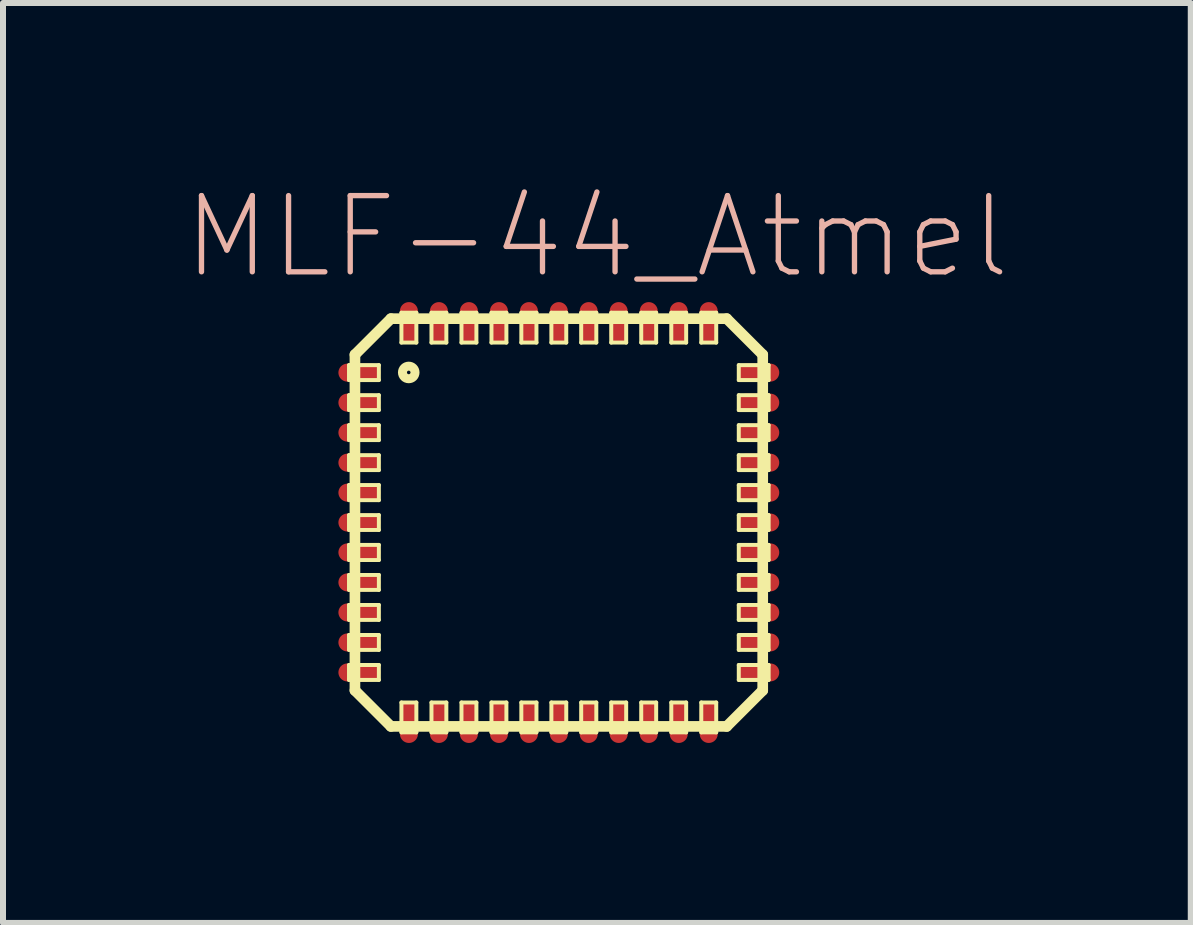
<source format=kicad_pcb>
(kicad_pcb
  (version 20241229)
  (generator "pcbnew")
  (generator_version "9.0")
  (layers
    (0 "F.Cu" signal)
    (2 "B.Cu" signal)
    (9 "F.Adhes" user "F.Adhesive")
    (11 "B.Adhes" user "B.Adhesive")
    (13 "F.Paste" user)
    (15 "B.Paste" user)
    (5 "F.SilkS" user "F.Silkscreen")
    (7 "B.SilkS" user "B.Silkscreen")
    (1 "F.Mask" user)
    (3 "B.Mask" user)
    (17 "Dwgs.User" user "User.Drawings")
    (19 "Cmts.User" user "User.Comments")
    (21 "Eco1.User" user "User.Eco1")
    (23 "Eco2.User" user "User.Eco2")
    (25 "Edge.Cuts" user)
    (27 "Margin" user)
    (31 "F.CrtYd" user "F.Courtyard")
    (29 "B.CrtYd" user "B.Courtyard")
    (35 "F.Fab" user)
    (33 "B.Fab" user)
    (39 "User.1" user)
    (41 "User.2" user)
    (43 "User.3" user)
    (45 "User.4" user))
  (footprint "MLF-44_Atmel"
    (layer "F.Cu")
    (at 6.266 5.661)
    (property "Reference" "MLF-44_Atmel" (at 0.635 -4.763 0) (layer "B.SilkS") (effects (font (size 1.27 1.27) (thickness 0.089))))
    (attr smd)
    (fp_line (start -3.498 -2.624) (end -3 -2.624) (stroke (width 0.066) (type solid)) (layer "F.SilkS"))
    (fp_line (start -3.498 -2.375) (end -3.498 -2.624) (stroke (width 0.066) (type solid)) (layer "F.SilkS"))
    (fp_line (start -3.498 -2.375) (end -3 -2.375) (stroke (width 0.066) (type solid)) (layer "F.SilkS"))
    (fp_line (start -3.498 -2.123) (end -3 -2.123) (stroke (width 0.066) (type solid)) (layer "F.SilkS"))
    (fp_line (start -3.498 -1.875) (end -3.498 -2.123) (stroke (width 0.066) (type solid)) (layer "F.SilkS"))
    (fp_line (start -3.498 -1.875) (end -3 -1.875) (stroke (width 0.066) (type solid)) (layer "F.SilkS"))
    (fp_line (start -3.498 -1.623) (end -3 -1.623) (stroke (width 0.066) (type solid)) (layer "F.SilkS"))
    (fp_line (start -3.498 -1.374) (end -3.498 -1.623) (stroke (width 0.066) (type solid)) (layer "F.SilkS"))
    (fp_line (start -3.498 -1.374) (end -3 -1.374) (stroke (width 0.066) (type solid)) (layer "F.SilkS"))
    (fp_line (start -3.498 -1.123) (end -3 -1.123) (stroke (width 0.066) (type solid)) (layer "F.SilkS"))
    (fp_line (start -3.498 -0.874) (end -3.498 -1.123) (stroke (width 0.066) (type solid)) (layer "F.SilkS"))
    (fp_line (start -3.498 -0.874) (end -3 -0.874) (stroke (width 0.066) (type solid)) (layer "F.SilkS"))
    (fp_line (start -3.498 -0.625) (end -3 -0.625) (stroke (width 0.066) (type solid)) (layer "F.SilkS"))
    (fp_line (start -3.498 -0.373) (end -3.498 -0.625) (stroke (width 0.066) (type solid)) (layer "F.SilkS"))
    (fp_line (start -3.498 -0.373) (end -3 -0.373) (stroke (width 0.066) (type solid)) (layer "F.SilkS"))
    (fp_line (start -3.498 -0.124) (end -3 -0.124) (stroke (width 0.066) (type solid)) (layer "F.SilkS"))
    (fp_line (start -3.498 0.124) (end -3.498 -0.124) (stroke (width 0.066) (type solid)) (layer "F.SilkS"))
    (fp_line (start -3.498 0.124) (end -3 0.124) (stroke (width 0.066) (type solid)) (layer "F.SilkS"))
    (fp_line (start -3.498 0.373) (end -3 0.373) (stroke (width 0.066) (type solid)) (layer "F.SilkS"))
    (fp_line (start -3.498 0.625) (end -3.498 0.373) (stroke (width 0.066) (type solid)) (layer "F.SilkS"))
    (fp_line (start -3.498 0.625) (end -3 0.625) (stroke (width 0.066) (type solid)) (layer "F.SilkS"))
    (fp_line (start -3.498 0.874) (end -3 0.874) (stroke (width 0.066) (type solid)) (layer "F.SilkS"))
    (fp_line (start -3.498 1.123) (end -3.498 0.874) (stroke (width 0.066) (type solid)) (layer "F.SilkS"))
    (fp_line (start -3.498 1.123) (end -3 1.123) (stroke (width 0.066) (type solid)) (layer "F.SilkS"))
    (fp_line (start -3.498 1.374) (end -3 1.374) (stroke (width 0.066) (type solid)) (layer "F.SilkS"))
    (fp_line (start -3.498 1.623) (end -3.498 1.374) (stroke (width 0.066) (type solid)) (layer "F.SilkS"))
    (fp_line (start -3.498 1.623) (end -3 1.623) (stroke (width 0.066) (type solid)) (layer "F.SilkS"))
    (fp_line (start -3.498 1.875) (end -3 1.875) (stroke (width 0.066) (type solid)) (layer "F.SilkS"))
    (fp_line (start -3.498 2.123) (end -3.498 1.875) (stroke (width 0.066) (type solid)) (layer "F.SilkS"))
    (fp_line (start -3.498 2.123) (end -3 2.123) (stroke (width 0.066) (type solid)) (layer "F.SilkS"))
    (fp_line (start -3.498 2.375) (end -3 2.375) (stroke (width 0.066) (type solid)) (layer "F.SilkS"))
    (fp_line (start -3.498 2.624) (end -3.498 2.375) (stroke (width 0.066) (type solid)) (layer "F.SilkS"))
    (fp_line (start -3.498 2.624) (end -3 2.624) (stroke (width 0.066) (type solid)) (layer "F.SilkS"))
    (fp_line (start -3.399 -2.799) (end -2.799 -3.399) (stroke (width 0.178) (type solid)) (layer "F.SilkS"))
    (fp_line (start -3.399 2.799) (end -3.399 -2.799) (stroke (width 0.178) (type solid)) (layer "F.SilkS"))
    (fp_line (start -3 -2.375) (end -3 -2.624) (stroke (width 0.066) (type solid)) (layer "F.SilkS"))
    (fp_line (start -3 -1.875) (end -3 -2.123) (stroke (width 0.066) (type solid)) (layer "F.SilkS"))
    (fp_line (start -3 -1.374) (end -3 -1.623) (stroke (width 0.066) (type solid)) (layer "F.SilkS"))
    (fp_line (start -3 -0.874) (end -3 -1.123) (stroke (width 0.066) (type solid)) (layer "F.SilkS"))
    (fp_line (start -3 -0.373) (end -3 -0.625) (stroke (width 0.066) (type solid)) (layer "F.SilkS"))
    (fp_line (start -3 0.124) (end -3 -0.124) (stroke (width 0.066) (type solid)) (layer "F.SilkS"))
    (fp_line (start -3 0.625) (end -3 0.373) (stroke (width 0.066) (type solid)) (layer "F.SilkS"))
    (fp_line (start -3 1.123) (end -3 0.874) (stroke (width 0.066) (type solid)) (layer "F.SilkS"))
    (fp_line (start -3 1.623) (end -3 1.374) (stroke (width 0.066) (type solid)) (layer "F.SilkS"))
    (fp_line (start -3 2.123) (end -3 1.875) (stroke (width 0.066) (type solid)) (layer "F.SilkS"))
    (fp_line (start -3 2.624) (end -3 2.375) (stroke (width 0.066) (type solid)) (layer "F.SilkS"))
    (fp_line (start -2.799 -3.399) (end 2.799 -3.399) (stroke (width 0.178) (type solid)) (layer "F.SilkS"))
    (fp_line (start -2.799 3.399) (end -3.399 2.799) (stroke (width 0.178) (type solid)) (layer "F.SilkS"))
    (fp_line (start -2.624 -3.498) (end -2.375 -3.498) (stroke (width 0.066) (type solid)) (layer "F.SilkS"))
    (fp_line (start -2.624 -3) (end -2.624 -3.498) (stroke (width 0.066) (type solid)) (layer "F.SilkS"))
    (fp_line (start -2.624 -3) (end -2.375 -3) (stroke (width 0.066) (type solid)) (layer "F.SilkS"))
    (fp_line (start -2.624 3) (end -2.375 3) (stroke (width 0.066) (type solid)) (layer "F.SilkS"))
    (fp_line (start -2.624 3.498) (end -2.624 3) (stroke (width 0.066) (type solid)) (layer "F.SilkS"))
    (fp_line (start -2.624 3.498) (end -2.375 3.498) (stroke (width 0.066) (type solid)) (layer "F.SilkS"))
    (fp_line (start -2.375 -3) (end -2.375 -3.498) (stroke (width 0.066) (type solid)) (layer "F.SilkS"))
    (fp_line (start -2.375 3.498) (end -2.375 3) (stroke (width 0.066) (type solid)) (layer "F.SilkS"))
    (fp_line (start -2.123 -3.498) (end -1.875 -3.498) (stroke (width 0.066) (type solid)) (layer "F.SilkS"))
    (fp_line (start -2.123 -3) (end -2.123 -3.498) (stroke (width 0.066) (type solid)) (layer "F.SilkS"))
    (fp_line (start -2.123 -3) (end -1.875 -3) (stroke (width 0.066) (type solid)) (layer "F.SilkS"))
    (fp_line (start -2.123 3) (end -1.875 3) (stroke (width 0.066) (type solid)) (layer "F.SilkS"))
    (fp_line (start -2.123 3.498) (end -2.123 3) (stroke (width 0.066) (type solid)) (layer "F.SilkS"))
    (fp_line (start -2.123 3.498) (end -1.875 3.498) (stroke (width 0.066) (type solid)) (layer "F.SilkS"))
    (fp_line (start -1.875 -3) (end -1.875 -3.498) (stroke (width 0.066) (type solid)) (layer "F.SilkS"))
    (fp_line (start -1.875 3.498) (end -1.875 3) (stroke (width 0.066) (type solid)) (layer "F.SilkS"))
    (fp_line (start -1.623 -3.498) (end -1.374 -3.498) (stroke (width 0.066) (type solid)) (layer "F.SilkS"))
    (fp_line (start -1.623 -3) (end -1.623 -3.498) (stroke (width 0.066) (type solid)) (layer "F.SilkS"))
    (fp_line (start -1.623 -3) (end -1.374 -3) (stroke (width 0.066) (type solid)) (layer "F.SilkS"))
    (fp_line (start -1.623 3) (end -1.374 3) (stroke (width 0.066) (type solid)) (layer "F.SilkS"))
    (fp_line (start -1.623 3.498) (end -1.623 3) (stroke (width 0.066) (type solid)) (layer "F.SilkS"))
    (fp_line (start -1.623 3.498) (end -1.374 3.498) (stroke (width 0.066) (type solid)) (layer "F.SilkS"))
    (fp_line (start -1.374 -3) (end -1.374 -3.498) (stroke (width 0.066) (type solid)) (layer "F.SilkS"))
    (fp_line (start -1.374 3.498) (end -1.374 3) (stroke (width 0.066) (type solid)) (layer "F.SilkS"))
    (fp_line (start -1.123 -3.498) (end -0.874 -3.498) (stroke (width 0.066) (type solid)) (layer "F.SilkS"))
    (fp_line (start -1.123 -3) (end -1.123 -3.498) (stroke (width 0.066) (type solid)) (layer "F.SilkS"))
    (fp_line (start -1.123 -3) (end -0.874 -3) (stroke (width 0.066) (type solid)) (layer "F.SilkS"))
    (fp_line (start -1.123 3) (end -0.874 3) (stroke (width 0.066) (type solid)) (layer "F.SilkS"))
    (fp_line (start -1.123 3.498) (end -1.123 3) (stroke (width 0.066) (type solid)) (layer "F.SilkS"))
    (fp_line (start -1.123 3.498) (end -0.874 3.498) (stroke (width 0.066) (type solid)) (layer "F.SilkS"))
    (fp_line (start -0.874 -3) (end -0.874 -3.498) (stroke (width 0.066) (type solid)) (layer "F.SilkS"))
    (fp_line (start -0.874 3.498) (end -0.874 3) (stroke (width 0.066) (type solid)) (layer "F.SilkS"))
    (fp_line (start -0.625 -3.498) (end -0.373 -3.498) (stroke (width 0.066) (type solid)) (layer "F.SilkS"))
    (fp_line (start -0.625 -3) (end -0.625 -3.498) (stroke (width 0.066) (type solid)) (layer "F.SilkS"))
    (fp_line (start -0.625 -3) (end -0.373 -3) (stroke (width 0.066) (type solid)) (layer "F.SilkS"))
    (fp_line (start -0.625 3) (end -0.373 3) (stroke (width 0.066) (type solid)) (layer "F.SilkS"))
    (fp_line (start -0.625 3.498) (end -0.625 3) (stroke (width 0.066) (type solid)) (layer "F.SilkS"))
    (fp_line (start -0.625 3.498) (end -0.373 3.498) (stroke (width 0.066) (type solid)) (layer "F.SilkS"))
    (fp_line (start -0.373 -3) (end -0.373 -3.498) (stroke (width 0.066) (type solid)) (layer "F.SilkS"))
    (fp_line (start -0.373 3.498) (end -0.373 3) (stroke (width 0.066) (type solid)) (layer "F.SilkS"))
    (fp_line (start -0.124 -3.498) (end 0.124 -3.498) (stroke (width 0.066) (type solid)) (layer "F.SilkS"))
    (fp_line (start -0.124 -3) (end -0.124 -3.498) (stroke (width 0.066) (type solid)) (layer "F.SilkS"))
    (fp_line (start -0.124 -3) (end 0.124 -3) (stroke (width 0.066) (type solid)) (layer "F.SilkS"))
    (fp_line (start -0.124 3) (end 0.124 3) (stroke (width 0.066) (type solid)) (layer "F.SilkS"))
    (fp_line (start -0.124 3.498) (end -0.124 3) (stroke (width 0.066) (type solid)) (layer "F.SilkS"))
    (fp_line (start -0.124 3.498) (end 0.124 3.498) (stroke (width 0.066) (type solid)) (layer "F.SilkS"))
    (fp_line (start 0.124 -3) (end 0.124 -3.498) (stroke (width 0.066) (type solid)) (layer "F.SilkS"))
    (fp_line (start 0.124 3.498) (end 0.124 3) (stroke (width 0.066) (type solid)) (layer "F.SilkS"))
    (fp_line (start 0.373 -3.498) (end 0.625 -3.498) (stroke (width 0.066) (type solid)) (layer "F.SilkS"))
    (fp_line (start 0.373 -3) (end 0.373 -3.498) (stroke (width 0.066) (type solid)) (layer "F.SilkS"))
    (fp_line (start 0.373 -3) (end 0.625 -3) (stroke (width 0.066) (type solid)) (layer "F.SilkS"))
    (fp_line (start 0.373 3) (end 0.625 3) (stroke (width 0.066) (type solid)) (layer "F.SilkS"))
    (fp_line (start 0.373 3.498) (end 0.373 3) (stroke (width 0.066) (type solid)) (layer "F.SilkS"))
    (fp_line (start 0.373 3.498) (end 0.625 3.498) (stroke (width 0.066) (type solid)) (layer "F.SilkS"))
    (fp_line (start 0.625 -3) (end 0.625 -3.498) (stroke (width 0.066) (type solid)) (layer "F.SilkS"))
    (fp_line (start 0.625 3.498) (end 0.625 3) (stroke (width 0.066) (type solid)) (layer "F.SilkS"))
    (fp_line (start 0.874 -3.498) (end 1.123 -3.498) (stroke (width 0.066) (type solid)) (layer "F.SilkS"))
    (fp_line (start 0.874 -3) (end 0.874 -3.498) (stroke (width 0.066) (type solid)) (layer "F.SilkS"))
    (fp_line (start 0.874 -3) (end 1.123 -3) (stroke (width 0.066) (type solid)) (layer "F.SilkS"))
    (fp_line (start 0.874 3) (end 1.123 3) (stroke (width 0.066) (type solid)) (layer "F.SilkS"))
    (fp_line (start 0.874 3.498) (end 0.874 3) (stroke (width 0.066) (type solid)) (layer "F.SilkS"))
    (fp_line (start 0.874 3.498) (end 1.123 3.498) (stroke (width 0.066) (type solid)) (layer "F.SilkS"))
    (fp_line (start 1.123 -3) (end 1.123 -3.498) (stroke (width 0.066) (type solid)) (layer "F.SilkS"))
    (fp_line (start 1.123 3.498) (end 1.123 3) (stroke (width 0.066) (type solid)) (layer "F.SilkS"))
    (fp_line (start 1.374 -3.498) (end 1.623 -3.498) (stroke (width 0.066) (type solid)) (layer "F.SilkS"))
    (fp_line (start 1.374 -3) (end 1.374 -3.498) (stroke (width 0.066) (type solid)) (layer "F.SilkS"))
    (fp_line (start 1.374 -3) (end 1.623 -3) (stroke (width 0.066) (type solid)) (layer "F.SilkS"))
    (fp_line (start 1.374 3) (end 1.623 3) (stroke (width 0.066) (type solid)) (layer "F.SilkS"))
    (fp_line (start 1.374 3.498) (end 1.374 3) (stroke (width 0.066) (type solid)) (layer "F.SilkS"))
    (fp_line (start 1.374 3.498) (end 1.623 3.498) (stroke (width 0.066) (type solid)) (layer "F.SilkS"))
    (fp_line (start 1.623 -3) (end 1.623 -3.498) (stroke (width 0.066) (type solid)) (layer "F.SilkS"))
    (fp_line (start 1.623 3.498) (end 1.623 3) (stroke (width 0.066) (type solid)) (layer "F.SilkS"))
    (fp_line (start 1.875 -3.498) (end 2.123 -3.498) (stroke (width 0.066) (type solid)) (layer "F.SilkS"))
    (fp_line (start 1.875 -3) (end 1.875 -3.498) (stroke (width 0.066) (type solid)) (layer "F.SilkS"))
    (fp_line (start 1.875 -3) (end 2.123 -3) (stroke (width 0.066) (type solid)) (layer "F.SilkS"))
    (fp_line (start 1.875 3) (end 2.123 3) (stroke (width 0.066) (type solid)) (layer "F.SilkS"))
    (fp_line (start 1.875 3.498) (end 1.875 3) (stroke (width 0.066) (type solid)) (layer "F.SilkS"))
    (fp_line (start 1.875 3.498) (end 2.123 3.498) (stroke (width 0.066) (type solid)) (layer "F.SilkS"))
    (fp_line (start 2.123 -3) (end 2.123 -3.498) (stroke (width 0.066) (type solid)) (layer "F.SilkS"))
    (fp_line (start 2.123 3.498) (end 2.123 3) (stroke (width 0.066) (type solid)) (layer "F.SilkS"))
    (fp_line (start 2.375 -3.498) (end 2.624 -3.498) (stroke (width 0.066) (type solid)) (layer "F.SilkS"))
    (fp_line (start 2.375 -3) (end 2.375 -3.498) (stroke (width 0.066) (type solid)) (layer "F.SilkS"))
    (fp_line (start 2.375 -3) (end 2.624 -3) (stroke (width 0.066) (type solid)) (layer "F.SilkS"))
    (fp_line (start 2.375 3) (end 2.624 3) (stroke (width 0.066) (type solid)) (layer "F.SilkS"))
    (fp_line (start 2.375 3.498) (end 2.375 3) (stroke (width 0.066) (type solid)) (layer "F.SilkS"))
    (fp_line (start 2.375 3.498) (end 2.624 3.498) (stroke (width 0.066) (type solid)) (layer "F.SilkS"))
    (fp_line (start 2.624 -3) (end 2.624 -3.498) (stroke (width 0.066) (type solid)) (layer "F.SilkS"))
    (fp_line (start 2.624 3.498) (end 2.624 3) (stroke (width 0.066) (type solid)) (layer "F.SilkS"))
    (fp_line (start 2.799 -3.399) (end 3.399 -2.799) (stroke (width 0.178) (type solid)) (layer "F.SilkS"))
    (fp_line (start 2.799 3.399) (end -2.799 3.399) (stroke (width 0.178) (type solid)) (layer "F.SilkS"))
    (fp_line (start 3 -2.624) (end 3.498 -2.624) (stroke (width 0.066) (type solid)) (layer "F.SilkS"))
    (fp_line (start 3 -2.375) (end 3 -2.624) (stroke (width 0.066) (type solid)) (layer "F.SilkS"))
    (fp_line (start 3 -2.375) (end 3.498 -2.375) (stroke (width 0.066) (type solid)) (layer "F.SilkS"))
    (fp_line (start 3 -2.123) (end 3.498 -2.123) (stroke (width 0.066) (type solid)) (layer "F.SilkS"))
    (fp_line (start 3 -1.875) (end 3 -2.123) (stroke (width 0.066) (type solid)) (layer "F.SilkS"))
    (fp_line (start 3 -1.875) (end 3.498 -1.875) (stroke (width 0.066) (type solid)) (layer "F.SilkS"))
    (fp_line (start 3 -1.623) (end 3.498 -1.623) (stroke (width 0.066) (type solid)) (layer "F.SilkS"))
    (fp_line (start 3 -1.374) (end 3 -1.623) (stroke (width 0.066) (type solid)) (layer "F.SilkS"))
    (fp_line (start 3 -1.374) (end 3.498 -1.374) (stroke (width 0.066) (type solid)) (layer "F.SilkS"))
    (fp_line (start 3 -1.123) (end 3.498 -1.123) (stroke (width 0.066) (type solid)) (layer "F.SilkS"))
    (fp_line (start 3 -0.874) (end 3 -1.123) (stroke (width 0.066) (type solid)) (layer "F.SilkS"))
    (fp_line (start 3 -0.874) (end 3.498 -0.874) (stroke (width 0.066) (type solid)) (layer "F.SilkS"))
    (fp_line (start 3 -0.625) (end 3.498 -0.625) (stroke (width 0.066) (type solid)) (layer "F.SilkS"))
    (fp_line (start 3 -0.373) (end 3 -0.625) (stroke (width 0.066) (type solid)) (layer "F.SilkS"))
    (fp_line (start 3 -0.373) (end 3.498 -0.373) (stroke (width 0.066) (type solid)) (layer "F.SilkS"))
    (fp_line (start 3 -0.124) (end 3.498 -0.124) (stroke (width 0.066) (type solid)) (layer "F.SilkS"))
    (fp_line (start 3 0.124) (end 3 -0.124) (stroke (width 0.066) (type solid)) (layer "F.SilkS"))
    (fp_line (start 3 0.124) (end 3.498 0.124) (stroke (width 0.066) (type solid)) (layer "F.SilkS"))
    (fp_line (start 3 0.373) (end 3.498 0.373) (stroke (width 0.066) (type solid)) (layer "F.SilkS"))
    (fp_line (start 3 0.625) (end 3 0.373) (stroke (width 0.066) (type solid)) (layer "F.SilkS"))
    (fp_line (start 3 0.625) (end 3.498 0.625) (stroke (width 0.066) (type solid)) (layer "F.SilkS"))
    (fp_line (start 3 0.874) (end 3.498 0.874) (stroke (width 0.066) (type solid)) (layer "F.SilkS"))
    (fp_line (start 3 1.123) (end 3 0.874) (stroke (width 0.066) (type solid)) (layer "F.SilkS"))
    (fp_line (start 3 1.123) (end 3.498 1.123) (stroke (width 0.066) (type solid)) (layer "F.SilkS"))
    (fp_line (start 3 1.374) (end 3.498 1.374) (stroke (width 0.066) (type solid)) (layer "F.SilkS"))
    (fp_line (start 3 1.623) (end 3 1.374) (stroke (width 0.066) (type solid)) (layer "F.SilkS"))
    (fp_line (start 3 1.623) (end 3.498 1.623) (stroke (width 0.066) (type solid)) (layer "F.SilkS"))
    (fp_line (start 3 1.875) (end 3.498 1.875) (stroke (width 0.066) (type solid)) (layer "F.SilkS"))
    (fp_line (start 3 2.123) (end 3 1.875) (stroke (width 0.066) (type solid)) (layer "F.SilkS"))
    (fp_line (start 3 2.123) (end 3.498 2.123) (stroke (width 0.066) (type solid)) (layer "F.SilkS"))
    (fp_line (start 3 2.375) (end 3.498 2.375) (stroke (width 0.066) (type solid)) (layer "F.SilkS"))
    (fp_line (start 3 2.624) (end 3 2.375) (stroke (width 0.066) (type solid)) (layer "F.SilkS"))
    (fp_line (start 3 2.624) (end 3.498 2.624) (stroke (width 0.066) (type solid)) (layer "F.SilkS"))
    (fp_line (start 3.399 -2.799) (end 3.399 2.799) (stroke (width 0.178) (type solid)) (layer "F.SilkS"))
    (fp_line (start 3.399 2.799) (end 2.799 3.399) (stroke (width 0.178) (type solid)) (layer "F.SilkS"))
    (fp_line (start 3.498 -2.375) (end 3.498 -2.624) (stroke (width 0.066) (type solid)) (layer "F.SilkS"))
    (fp_line (start 3.498 -1.875) (end 3.498 -2.123) (stroke (width 0.066) (type solid)) (layer "F.SilkS"))
    (fp_line (start 3.498 -1.374) (end 3.498 -1.623) (stroke (width 0.066) (type solid)) (layer "F.SilkS"))
    (fp_line (start 3.498 -0.874) (end 3.498 -1.123) (stroke (width 0.066) (type solid)) (layer "F.SilkS"))
    (fp_line (start 3.498 -0.373) (end 3.498 -0.625) (stroke (width 0.066) (type solid)) (layer "F.SilkS"))
    (fp_line (start 3.498 0.124) (end 3.498 -0.124) (stroke (width 0.066) (type solid)) (layer "F.SilkS"))
    (fp_line (start 3.498 0.625) (end 3.498 0.373) (stroke (width 0.066) (type solid)) (layer "F.SilkS"))
    (fp_line (start 3.498 1.123) (end 3.498 0.874) (stroke (width 0.066) (type solid)) (layer "F.SilkS"))
    (fp_line (start 3.498 1.623) (end 3.498 1.374) (stroke (width 0.066) (type solid)) (layer "F.SilkS"))
    (fp_line (start 3.498 2.123) (end 3.498 1.875) (stroke (width 0.066) (type solid)) (layer "F.SilkS"))
    (fp_line (start 3.498 2.624) (end 3.498 2.375) (stroke (width 0.066) (type solid)) (layer "F.SilkS"))
    (fp_circle (center -2.502 -2.502) (end -2.576 -2.576) (stroke (width 0.15) (type solid)) (fill no) (layer "F.SilkS"))
    (pad "1" smd oval (at -3.325 -2.499) (size 0.699 0.3) (layers "F.Cu" "F.Mask" "F.Paste"))
    (pad "2" smd oval (at -3.325 -1.999) (size 0.699 0.3) (layers "F.Cu" "F.Mask" "F.Paste"))
    (pad "3" smd oval (at -3.325 -1.499) (size 0.699 0.3) (layers "F.Cu" "F.Mask" "F.Paste"))
    (pad "4" smd oval (at -3.325 -0.998) (size 0.699 0.3) (layers "F.Cu" "F.Mask" "F.Paste"))
    (pad "5" smd oval (at -3.325 -0.498) (size 0.699 0.3) (layers "F.Cu" "F.Mask" "F.Paste"))
    (pad "6" smd oval (at -3.325 0) (size 0.699 0.3) (layers "F.Cu" "F.Mask" "F.Paste"))
    (pad "7" smd oval (at -3.325 0.498) (size 0.699 0.3) (layers "F.Cu" "F.Mask" "F.Paste"))
    (pad "8" smd oval (at -3.325 0.998) (size 0.699 0.3) (layers "F.Cu" "F.Mask" "F.Paste"))
    (pad "9" smd oval (at -3.325 1.499) (size 0.699 0.3) (layers "F.Cu" "F.Mask" "F.Paste"))
    (pad "10" smd oval (at -3.325 1.999) (size 0.699 0.3) (layers "F.Cu" "F.Mask" "F.Paste"))
    (pad "11" smd oval (at -3.325 2.499) (size 0.699 0.3) (layers "F.Cu" "F.Mask" "F.Paste"))
    (pad "12" smd oval (at -2.499 3.325) (size 0.3 0.699) (layers "F.Cu" "F.Mask" "F.Paste"))
    (pad "13" smd oval (at -1.999 3.325) (size 0.3 0.699) (layers "F.Cu" "F.Mask" "F.Paste"))
    (pad "14" smd oval (at -1.499 3.325) (size 0.3 0.699) (layers "F.Cu" "F.Mask" "F.Paste"))
    (pad "15" smd oval (at -0.998 3.325) (size 0.3 0.699) (layers "F.Cu" "F.Mask" "F.Paste"))
    (pad "16" smd oval (at -0.498 3.325) (size 0.3 0.699) (layers "F.Cu" "F.Mask" "F.Paste"))
    (pad "17" smd oval (at 0 3.325) (size 0.3 0.699) (layers "F.Cu" "F.Mask" "F.Paste"))
    (pad "18" smd oval (at 0.498 3.325) (size 0.3 0.699) (layers "F.Cu" "F.Mask" "F.Paste"))
    (pad "19" smd oval (at 0.998 3.325) (size 0.3 0.699) (layers "F.Cu" "F.Mask" "F.Paste"))
    (pad "20" smd oval (at 1.499 3.325) (size 0.3 0.699) (layers "F.Cu" "F.Mask" "F.Paste"))
    (pad "21" smd oval (at 1.999 3.325) (size 0.3 0.699) (layers "F.Cu" "F.Mask" "F.Paste"))
    (pad "22" smd oval (at 2.499 3.325) (size 0.3 0.699) (layers "F.Cu" "F.Mask" "F.Paste"))
    (pad "23" smd oval (at 3.325 2.499) (size 0.699 0.3) (layers "F.Cu" "F.Mask" "F.Paste"))
    (pad "24" smd oval (at 3.325 1.999) (size 0.699 0.3) (layers "F.Cu" "F.Mask" "F.Paste"))
    (pad "25" smd oval (at 3.325 1.499) (size 0.699 0.3) (layers "F.Cu" "F.Mask" "F.Paste"))
    (pad "26" smd oval (at 3.325 0.998) (size 0.699 0.3) (layers "F.Cu" "F.Mask" "F.Paste"))
    (pad "27" smd oval (at 3.325 0.498) (size 0.699 0.3) (layers "F.Cu" "F.Mask" "F.Paste"))
    (pad "28" smd oval (at 3.325 0) (size 0.699 0.3) (layers "F.Cu" "F.Mask" "F.Paste"))
    (pad "29" smd oval (at 3.325 -0.498) (size 0.699 0.3) (layers "F.Cu" "F.Mask" "F.Paste"))
    (pad "30" smd oval (at 3.325 -0.998) (size 0.699 0.3) (layers "F.Cu" "F.Mask" "F.Paste"))
    (pad "31" smd oval (at 3.325 -1.499) (size 0.699 0.3) (layers "F.Cu" "F.Mask" "F.Paste"))
    (pad "32" smd oval (at 3.325 -1.999) (size 0.699 0.3) (layers "F.Cu" "F.Mask" "F.Paste"))
    (pad "33" smd oval (at 3.325 -2.499) (size 0.699 0.3) (layers "F.Cu" "F.Mask" "F.Paste"))
    (pad "34" smd oval (at 2.499 -3.325) (size 0.3 0.699) (layers "F.Cu" "F.Mask" "F.Paste"))
    (pad "35" smd oval (at 1.999 -3.325) (size 0.3 0.699) (layers "F.Cu" "F.Mask" "F.Paste"))
    (pad "36" smd oval (at 1.499 -3.325) (size 0.3 0.699) (layers "F.Cu" "F.Mask" "F.Paste"))
    (pad "37" smd oval (at 0.998 -3.325) (size 0.3 0.699) (layers "F.Cu" "F.Mask" "F.Paste"))
    (pad "38" smd oval (at 0.498 -3.325) (size 0.3 0.699) (layers "F.Cu" "F.Mask" "F.Paste"))
    (pad "39" smd oval (at 0 -3.325) (size 0.3 0.699) (layers "F.Cu" "F.Mask" "F.Paste"))
    (pad "40" smd oval (at -0.498 -3.325) (size 0.3 0.699) (layers "F.Cu" "F.Mask" "F.Paste"))
    (pad "41" smd oval (at -0.998 -3.325) (size 0.3 0.699) (layers "F.Cu" "F.Mask" "F.Paste"))
    (pad "42" smd oval (at -1.499 -3.325) (size 0.3 0.699) (layers "F.Cu" "F.Mask" "F.Paste"))
    (pad "43" smd oval (at -1.999 -3.325) (size 0.3 0.699) (layers "F.Cu" "F.Mask" "F.Paste"))
    (pad "44" smd oval (at -2.499 -3.325) (size 0.3 0.699) (layers "F.Cu" "F.Mask" "F.Paste")))
  (gr_rect
    (start -3 -3)
    (end 16.801 12.336)
    (stroke (width 0.1) (type default))
    (fill no)
    (layer "Edge.Cuts")))
</source>
